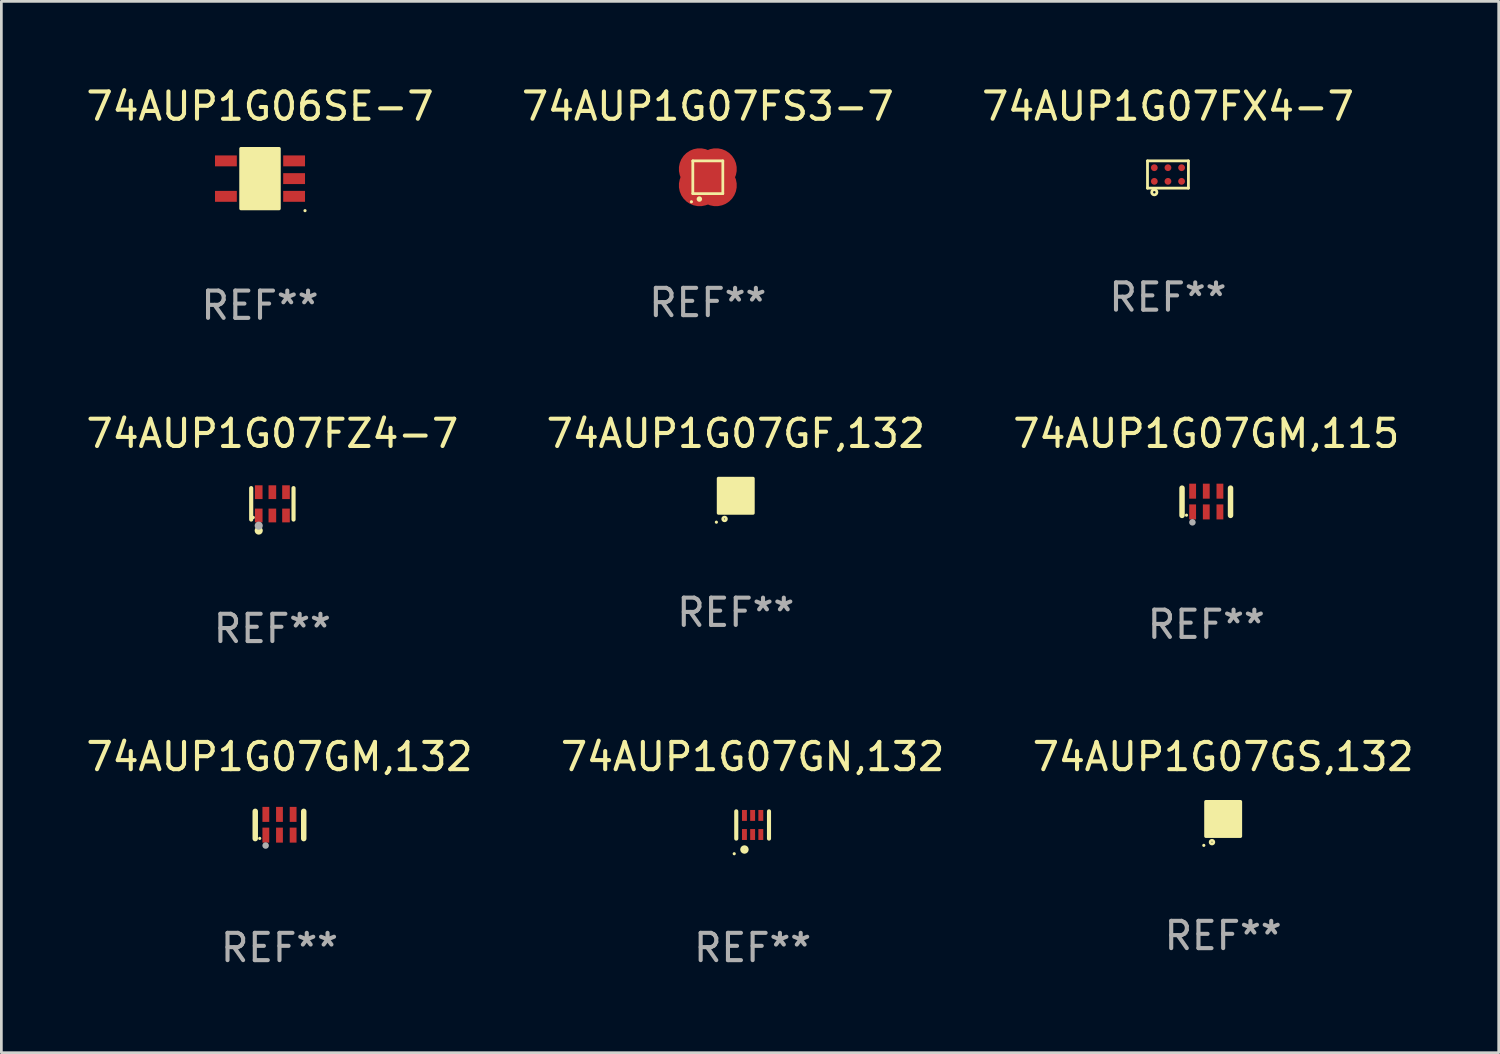
<source format=kicad_pcb>
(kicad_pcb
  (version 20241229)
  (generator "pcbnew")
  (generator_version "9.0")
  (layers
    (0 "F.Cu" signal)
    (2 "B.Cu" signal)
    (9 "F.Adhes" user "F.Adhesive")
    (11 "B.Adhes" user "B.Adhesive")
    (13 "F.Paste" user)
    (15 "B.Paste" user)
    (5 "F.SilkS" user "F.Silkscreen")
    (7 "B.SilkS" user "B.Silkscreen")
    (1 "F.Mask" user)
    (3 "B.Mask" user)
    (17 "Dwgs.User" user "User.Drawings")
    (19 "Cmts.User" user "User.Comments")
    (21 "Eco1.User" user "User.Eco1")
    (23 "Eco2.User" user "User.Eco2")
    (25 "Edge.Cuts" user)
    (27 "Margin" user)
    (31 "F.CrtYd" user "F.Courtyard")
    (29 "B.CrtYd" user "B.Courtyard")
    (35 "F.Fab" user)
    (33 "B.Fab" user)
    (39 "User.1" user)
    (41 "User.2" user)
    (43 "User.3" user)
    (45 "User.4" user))
  (footprint "74AUP1G07GS,132"
    (layer "F.Cu")
    (at 41.792 26.974)
    (property "Reference" "74AUP1G07GS,132" (at 0 -2.28 0) (layer "F.SilkS") (effects (font (size 1 1) (thickness 0.15))))
    (attr through_hole)
    (fp_circle (center -0.71 0.968) (end -0.68 0.968) (stroke (width 0.06) (type solid)) (fill no) (layer "F.SilkS"))
    (fp_circle (center -0.41 0.85) (end -0.342 0.85) (stroke (width 0.1) (type solid)) (fill no) (layer "F.SilkS"))
    (fp_poly (pts (xy -0.635 -0.635) (xy 0.635 -0.635) (xy 0.635 0.635) (xy -0.635 0.635)) (stroke (width 0.12) (type solid)) (fill yes) (layer "F.SilkS"))
    (fp_text user "REF**" (at 0 4.28 0) (layer "F.Fab") (effects (font (size 1 1) (thickness 0.15))))
    (pad "1" smd rect (at -0.35 0.28 90) (size 0.35 0.2) (layers "F.Cu" "F.Mask" "F.Paste"))
    (pad "2" smd rect (at 0 0.28 90) (size 0.35 0.2) (layers "F.Cu" "F.Mask" "F.Paste"))
    (pad "3" smd rect (at 0.35 0.28 90) (size 0.35 0.2) (layers "F.Cu" "F.Mask" "F.Paste"))
    (pad "4" smd rect (at 0.35 -0.28 90) (size 0.35 0.2) (layers "F.Cu" "F.Mask" "F.Paste"))
    (pad "5" smd rect (at 0 -0.28 90) (size 0.35 0.2) (layers "F.Cu" "F.Mask" "F.Paste"))
    (pad "6" smd rect (at -0.35 -0.28 90) (size 0.35 0.2) (layers "F.Cu" "F.Mask" "F.Paste")))
  (footprint "74AUP1G07GM,132"
    (layer "F.Cu")
    (at 7.196 27.194)
    (property "Reference" "74AUP1G07GM,132" (at 0 -2.5 0) (layer "F.SilkS") (effects (font (size 1 1) (thickness 0.15))))
    (attr through_hole)
    (fp_line (start -0.889 0.5) (end -0.889 -0.5) (stroke (width 0.2) (type solid)) (layer "F.SilkS"))
    (fp_line (start 0.889 0.5) (end 0.889 -0.5) (stroke (width 0.2) (type solid)) (layer "F.SilkS"))
    (fp_circle (center -0.725 0.492) (end -0.695 0.492) (stroke (width 0.06) (type solid)) (fill no) (layer "F.SilkS"))
    (fp_circle (center -0.508 0.754) (end -0.448 0.754) (stroke (width 0.12) (type solid)) (fill no) (layer "F.Fab"))
    (fp_text user "REF**" (at 0 4.5 0) (layer "F.Fab") (effects (font (size 1 1) (thickness 0.15))))
    (pad "1" smd rect (at -0.5 0.372) (size 0.25 0.55) (layers "F.Cu" "F.Mask" "F.Paste"))
    (pad "2" smd rect (at -0.000127 0.372) (size 0.25 0.55) (layers "F.Cu" "F.Mask" "F.Paste"))
    (pad "3" smd rect (at 0.5 0.372) (size 0.25 0.55) (layers "F.Cu" "F.Mask" "F.Paste"))
    (pad "4" smd rect (at 0.5 -0.388 180) (size 0.25 0.55) (layers "F.Cu" "F.Mask" "F.Paste"))
    (pad "5" smd rect (at -0.000127 -0.388 180) (size 0.25 0.55) (layers "F.Cu" "F.Mask" "F.Paste"))
    (pad "6" smd rect (at -0.5 -0.388 180) (size 0.25 0.55) (layers "F.Cu" "F.Mask" "F.Paste")))
  (footprint "74AUP1G07FZ4-7"
    (layer "F.Cu")
    (at 6.935 15.421)
    (property "Reference" "74AUP1G07FZ4-7" (at 0 -2.576 0) (layer "F.SilkS") (effects (font (size 1 1) (thickness 0.15))))
    (attr through_hole)
    (fp_line (start -0.776 0.576) (end -0.776 -0.576) (stroke (width 0.152) (type solid)) (layer "F.SilkS"))
    (fp_line (start 0.776 0.576) (end 0.776 -0.576) (stroke (width 0.152) (type solid)) (layer "F.SilkS"))
    (fp_circle (center -0.7 0.5) (end -0.67 0.5) (stroke (width 0.06) (type solid)) (fill no) (layer "F.SilkS"))
    (fp_circle (center -0.5 0.98) (end -0.425 0.98) (stroke (width 0.15) (type solid)) (fill no) (layer "F.SilkS"))
    (fp_circle (center -0.5 0.8) (end -0.425 0.8) (stroke (width 0.15) (type solid)) (fill no) (layer "F.Fab"))
    (fp_text user "REF**" (at 0 4.576 0) (layer "F.Fab") (effects (font (size 1 1) (thickness 0.15))))
    (pad "1" smd rect (at -0.5 0.427) (size 0.28 0.505) (layers "F.Cu" "F.Mask" "F.Paste"))
    (pad "2" smd rect (at 0 0.427) (size 0.28 0.505) (layers "F.Cu" "F.Mask" "F.Paste"))
    (pad "3" smd rect (at 0.5 0.427) (size 0.28 0.505) (layers "F.Cu" "F.Mask" "F.Paste"))
    (pad "4" smd rect (at 0.5 -0.427) (size 0.28 0.505) (layers "F.Cu" "F.Mask" "F.Paste"))
    (pad "5" smd rect (at 0 -0.427) (size 0.28 0.505) (layers "F.Cu" "F.Mask" "F.Paste"))
    (pad "6" smd rect (at -0.5 -0.427) (size 0.28 0.505) (layers "F.Cu" "F.Mask" "F.Paste")))
  (footprint "74AUP1G07FS3-7"
    (layer "F.Cu")
    (at 22.899 3.448)
    (property "Reference" "74AUP1G07FS3-7" (at 0 -2.6 0) (layer "F.SilkS") (effects (font (size 1 1) (thickness 0.15))))
    (attr through_hole)
    (fp_line (start -0.55 -0.6) (end -0.55 0.6) (stroke (width 0.102) (type solid)) (layer "F.SilkS"))
    (fp_line (start 0.55 -0.6) (end -0.55 -0.6) (stroke (width 0.102) (type solid)) (layer "F.SilkS"))
    (fp_line (start 0.55 0.6) (end -0.55 0.6) (stroke (width 0.1) (type solid)) (layer "F.SilkS"))
    (fp_line (start 0.55 0.6) (end 0.55 -0.6) (stroke (width 0.1) (type solid)) (layer "F.SilkS"))
    (fp_circle (center -0.601 0.9) (end -0.571 0.9) (stroke (width 0.06) (type solid)) (fill no) (layer "F.SilkS"))
    (fp_circle (center -0.31 0.8) (end -0.26 0.8) (stroke (width 0.1) (type solid)) (fill no) (layer "F.SilkS"))
    (fp_text user "REF**" (at 0 4.6 0) (layer "F.Fab") (effects (font (size 1 1) (thickness 0.15))))
    (pad "1" smd custom (at -0.3 0.3 270) (size 1.524 1.524) (layers "F.Cu" "F.Mask" "F.Paste") (options (anchor circle)) (primitives (gr_poly (pts (xy -0.1 -0.2) (xy 0.012 -0.2) (xy 0.25 0.038) (xy 0.25 0.15) (xy -0.1 0.15)) (width 0) (fill yes))))
    (pad "2" smd custom (at 0.3 0.3 270) (size 1.524 1.524) (layers "F.Cu" "F.Mask" "F.Paste") (options (anchor circle)) (primitives (gr_poly (pts (xy 0.1 -0.2) (xy 0.1 0.15) (xy -0.25 0.15) (xy -0.25 0.038) (xy -0.012 -0.2)) (width 0) (fill yes))))
    (pad "3" smd rect (at 0.000102 -0.000102 315) (size 0.35 0.35) (layers "F.Cu" "F.Mask" "F.Paste"))
    (pad "4" smd custom (at 0.3 -0.3 270) (size 1.524 1.524) (layers "F.Cu" "F.Mask" "F.Paste") (options (anchor circle)) (primitives (gr_poly (pts (xy 0.1 -0.15) (xy 0.1 0.2) (xy -0.012 0.2) (xy -0.25 -0.038) (xy -0.25 -0.15)) (width 0) (fill yes))))
    (pad "5" smd custom (at -0.3 -0.3 270) (size 1.524 1.524) (layers "F.Cu" "F.Mask" "F.Paste") (options (anchor circle)) (primitives (gr_poly (pts (xy 0.25 -0.15) (xy 0.25 -0.03) (xy 0.012 0.2) (xy -0.1 0.2) (xy -0.1 -0.15)) (width 0) (fill yes)))))
  (footprint "74AUP1G07FX4-7"
    (layer "F.Cu")
    (at 39.768 3.348)
    (property "Reference" "74AUP1G07FX4-7" (at 0 -2.5 0) (layer "F.SilkS") (effects (font (size 1 1) (thickness 0.15))))
    (attr through_hole)
    (fp_line (start -0.75 -0.5) (end 0.75 -0.5) (stroke (width 0.102) (type solid)) (layer "F.SilkS"))
    (fp_line (start -0.75 0.5) (end -0.75 -0.5) (stroke (width 0.102) (type solid)) (layer "F.SilkS"))
    (fp_line (start -0.75 0.5) (end 0.75 0.5) (stroke (width 0.102) (type solid)) (layer "F.SilkS"))
    (fp_line (start 0.75 -0.5) (end 0.75 0.5) (stroke (width 0.102) (type solid)) (layer "F.SilkS"))
    (fp_circle (center -0.5 0.65) (end -0.455 0.65) (stroke (width 0.102) (type solid)) (fill no) (layer "F.SilkS"))
    (fp_text user "REF**" (at 0 4.5 0) (layer "F.Fab") (effects (font (size 1 1) (thickness 0.15))))
    (pad "1" smd circle (at -0.5 0.25) (size 0.25 0.25) (layers "F.Cu" "F.Mask" "F.Paste"))
    (pad "2" smd circle (at 0 0.25) (size 0.25 0.25) (layers "F.Cu" "F.Mask" "F.Paste"))
    (pad "3" smd circle (at 0.5 0.25) (size 0.25 0.25) (layers "F.Cu" "F.Mask" "F.Paste"))
    (pad "4" smd circle (at 0.5 -0.25) (size 0.25 0.25) (layers "F.Cu" "F.Mask" "F.Paste"))
    (pad "5" smd circle (at 0 -0.25) (size 0.25 0.25) (layers "F.Cu" "F.Mask" "F.Paste"))
    (pad "6" smd circle (at -0.5 -0.25) (size 0.25 0.25) (layers "F.Cu" "F.Mask" "F.Paste")))
  (footprint "74AUP1G07GN,132"
    (layer "F.Cu")
    (at 24.542 27.194)
    (property "Reference" "74AUP1G07GN,132" (at 0 -2.5 0) (layer "F.SilkS") (effects (font (size 1 1) (thickness 0.15))))
    (attr through_hole)
    (fp_line (start -0.6 -0.5) (end -0.6 0.5) (stroke (width 0.15) (type solid)) (layer "F.SilkS"))
    (fp_line (start 0.6 0.5) (end 0.6 -0.5) (stroke (width 0.15) (type solid)) (layer "F.SilkS"))
    (fp_circle (center -0.675 1.055) (end -0.645 1.055) (stroke (width 0.06) (type solid)) (fill no) (layer "F.SilkS"))
    (fp_circle (center -0.3 0.9) (end -0.22 0.9) (stroke (width 0.15) (type solid)) (fill no) (layer "F.SilkS"))
    (fp_text user "REF**" (at 0 4.5 0) (layer "F.Fab") (effects (font (size 1 1) (thickness 0.15))))
    (pad "1" smd rect (at -0.3 0.35) (size 0.18 0.4) (layers "F.Cu" "F.Mask" "F.Paste"))
    (pad "2" smd rect (at 0.000025 0.35) (size 0.18 0.4) (layers "F.Cu" "F.Mask" "F.Paste"))
    (pad "3" smd rect (at 0.3 0.35) (size 0.18 0.4) (layers "F.Cu" "F.Mask" "F.Paste"))
    (pad "4" smd rect (at 0.3 -0.35) (size 0.18 0.4) (layers "F.Cu" "F.Mask" "F.Paste"))
    (pad "5" smd rect (at 0.000025 -0.35) (size 0.18 0.4) (layers "F.Cu" "F.Mask" "F.Paste"))
    (pad "6" smd rect (at -0.3 -0.35) (size 0.18 0.4) (layers "F.Cu" "F.Mask" "F.Paste")))
  (footprint "74AUP1G07GM,115"
    (layer "F.Cu")
    (at 41.173 15.345)
    (property "Reference" "74AUP1G07GM,115" (at 0 -2.5 0) (layer "F.SilkS") (effects (font (size 1 1) (thickness 0.15))))
    (attr through_hole)
    (fp_line (start -0.889 0.5) (end -0.889 -0.5) (stroke (width 0.2) (type solid)) (layer "F.SilkS"))
    (fp_line (start 0.889 0.5) (end 0.889 -0.5) (stroke (width 0.2) (type solid)) (layer "F.SilkS"))
    (fp_circle (center -0.725 0.492) (end -0.695 0.492) (stroke (width 0.06) (type solid)) (fill no) (layer "F.SilkS"))
    (fp_circle (center -0.508 0.754) (end -0.448 0.754) (stroke (width 0.12) (type solid)) (fill no) (layer "F.Fab"))
    (fp_text user "REF**" (at 0 4.5 0) (layer "F.Fab") (effects (font (size 1 1) (thickness 0.15))))
    (pad "1" smd rect (at -0.5 0.372) (size 0.25 0.55) (layers "F.Cu" "F.Mask" "F.Paste"))
    (pad "2" smd rect (at -0.000127 0.372) (size 0.25 0.55) (layers "F.Cu" "F.Mask" "F.Paste"))
    (pad "3" smd rect (at 0.5 0.372) (size 0.25 0.55) (layers "F.Cu" "F.Mask" "F.Paste"))
    (pad "4" smd rect (at 0.5 -0.388 180) (size 0.25 0.55) (layers "F.Cu" "F.Mask" "F.Paste"))
    (pad "5" smd rect (at -0.000127 -0.388 180) (size 0.25 0.55) (layers "F.Cu" "F.Mask" "F.Paste"))
    (pad "6" smd rect (at -0.5 -0.388 180) (size 0.25 0.55) (layers "F.Cu" "F.Mask" "F.Paste")))
  (footprint "74AUP1G07GF,132"
    (layer "F.Cu")
    (at 23.923 15.125)
    (property "Reference" "74AUP1G07GF,132" (at 0 -2.28 0) (layer "F.SilkS") (effects (font (size 1 1) (thickness 0.15))))
    (attr through_hole)
    (fp_circle (center -0.71 0.968) (end -0.68 0.968) (stroke (width 0.06) (type solid)) (fill no) (layer "F.SilkS"))
    (fp_circle (center -0.41 0.85) (end -0.342 0.85) (stroke (width 0.1) (type solid)) (fill no) (layer "F.SilkS"))
    (fp_poly (pts (xy -0.635 -0.635) (xy 0.635 -0.635) (xy 0.635 0.635) (xy -0.635 0.635)) (stroke (width 0.12) (type solid)) (fill yes) (layer "F.SilkS"))
    (fp_text user "REF**" (at 0 4.28 0) (layer "F.Fab") (effects (font (size 1 1) (thickness 0.15))))
    (pad "1" smd rect (at -0.35 0.28 90) (size 0.35 0.2) (layers "F.Cu" "F.Mask" "F.Paste"))
    (pad "2" smd rect (at 0 0.28 90) (size 0.35 0.2) (layers "F.Cu" "F.Mask" "F.Paste"))
    (pad "3" smd rect (at 0.35 0.28 90) (size 0.35 0.2) (layers "F.Cu" "F.Mask" "F.Paste"))
    (pad "4" smd rect (at 0.35 -0.28 90) (size 0.35 0.2) (layers "F.Cu" "F.Mask" "F.Paste"))
    (pad "5" smd rect (at 0 -0.28 90) (size 0.35 0.2) (layers "F.Cu" "F.Mask" "F.Paste"))
    (pad "6" smd rect (at -0.35 -0.28 90) (size 0.35 0.2) (layers "F.Cu" "F.Mask" "F.Paste")))
  (footprint "74AUP1G06SE-7"
    (layer "F.Cu")
    (at 6.482 3.498)
    (property "Reference" "74AUP1G06SE-7" (at 0 -2.65 0) (layer "F.SilkS") (effects (font (size 1 1) (thickness 0.15))))
    (attr through_hole)
    (fp_arc (start 0.381001 0.637541) (mid 0.380995 0.636271) (end 0.381001 0.635001) (stroke (width 0.24892) (type solid)) (layer "F.SilkS"))
    (fp_circle (center 1.65 1.175) (end 1.68 1.175) (stroke (width 0.06) (type solid)) (fill no) (layer "F.SilkS"))
    (fp_poly (pts (xy -0.7 -1.1) (xy 0.7 -1.1) (xy 0.7 1.1) (xy -0.7 1.1)) (stroke (width 0.12) (type solid)) (fill yes) (layer "F.SilkS"))
    (fp_text user "REF**" (at 0 4.65 0) (layer "F.Fab") (effects (font (size 1 1) (thickness 0.15))))
    (pad "1" smd rect (at 1.25 0.65 270) (size 0.4 0.8) (layers "F.Cu" "F.Mask" "F.Paste"))
    (pad "2" smd rect (at 1.25 0 270) (size 0.4 0.8) (layers "F.Cu" "F.Mask" "F.Paste"))
    (pad "3" smd rect (at 1.25 -0.65 270) (size 0.4 0.8) (layers "F.Cu" "F.Mask" "F.Paste"))
    (pad "4" smd rect (at -1.25 -0.65 270) (size 0.4 0.8) (layers "F.Cu" "F.Mask" "F.Paste"))
    (pad "5" smd rect (at -1.25 0.65 270) (size 0.4 0.8) (layers "F.Cu" "F.Mask" "F.Paste")))
  (gr_rect
    (start -3 -3)
    (end 51.893 35.542)
    (stroke (width 0.1) (type default))
    (fill no)
    (layer "Edge.Cuts")))
</source>
